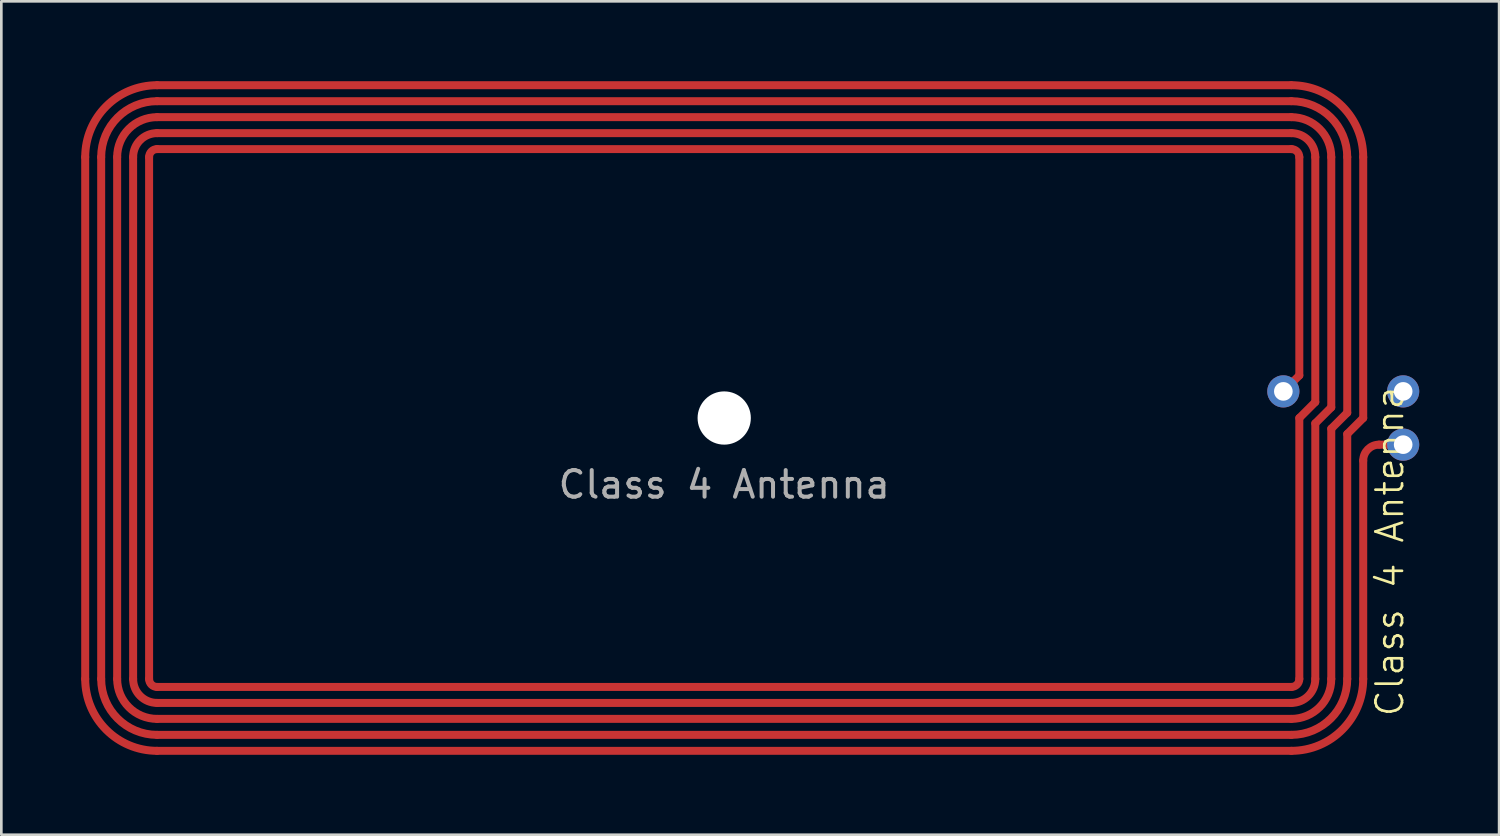
<source format=kicad_pcb>
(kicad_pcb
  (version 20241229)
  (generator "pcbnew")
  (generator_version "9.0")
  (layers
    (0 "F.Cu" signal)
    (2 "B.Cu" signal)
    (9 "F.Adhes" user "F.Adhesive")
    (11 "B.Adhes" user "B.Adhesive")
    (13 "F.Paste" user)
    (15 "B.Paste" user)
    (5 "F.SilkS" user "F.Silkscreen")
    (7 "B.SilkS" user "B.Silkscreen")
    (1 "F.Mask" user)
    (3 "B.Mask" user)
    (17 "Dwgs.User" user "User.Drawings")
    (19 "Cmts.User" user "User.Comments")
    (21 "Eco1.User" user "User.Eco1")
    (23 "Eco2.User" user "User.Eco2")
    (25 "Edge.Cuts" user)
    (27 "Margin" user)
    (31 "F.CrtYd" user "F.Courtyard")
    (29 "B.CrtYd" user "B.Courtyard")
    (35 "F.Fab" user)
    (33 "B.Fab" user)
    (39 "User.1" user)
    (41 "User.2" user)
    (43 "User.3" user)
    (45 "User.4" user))
  (footprint "Class 4 Antenna"
    (layer "F.Cu")
    (at 24.15 12.65)
    (property "Reference" "Class 4 Antenna" (at 25 5 90) (unlocked yes) (layer "F.SilkS") (effects (font (size 1 1) (thickness 0.1))))
    (attr smd)
    (fp_line (start -24 -9.8) (end -24 9.8) (stroke (width 0.3) (type solid)) (layer "F.Cu"))
    (fp_line (start -23.4 -9.8) (end -23.4 9.8) (stroke (width 0.3) (type solid)) (layer "F.Cu"))
    (fp_line (start -22.8 -9.8) (end -22.8 9.8) (stroke (width 0.3) (type solid)) (layer "F.Cu"))
    (fp_line (start -22.2 -9.8) (end -22.2 9.8) (stroke (width 0.3) (type solid)) (layer "F.Cu"))
    (fp_line (start -21.6 -9.8) (end -21.6 9.8) (stroke (width 0.3) (type solid)) (layer "F.Cu"))
    (fp_line (start -21.3 -12.5) (end 21.3 -12.5) (stroke (width 0.3) (type solid)) (layer "F.Cu"))
    (fp_line (start -21.3 -11.9) (end 21.3 -11.9) (stroke (width 0.3) (type solid)) (layer "F.Cu"))
    (fp_line (start -21.3 -11.3) (end 21.3 -11.3) (stroke (width 0.3) (type solid)) (layer "F.Cu"))
    (fp_line (start -21.3 -10.7) (end 21.3 -10.7) (stroke (width 0.3) (type solid)) (layer "F.Cu"))
    (fp_line (start -21.3 -10.1) (end 21.3 -10.1) (stroke (width 0.3) (type solid)) (layer "F.Cu"))
    (fp_line (start -21.3 10.1) (end 21.3 10.1) (stroke (width 0.3) (type solid)) (layer "F.Cu"))
    (fp_line (start -21.3 10.7) (end 21.3 10.7) (stroke (width 0.3) (type solid)) (layer "F.Cu"))
    (fp_line (start -21.3 11.3) (end 21.3 11.3) (stroke (width 0.3) (type solid)) (layer "F.Cu"))
    (fp_line (start -21.3 11.9) (end 21.3 11.9) (stroke (width 0.3) (type solid)) (layer "F.Cu"))
    (fp_line (start -21.3 12.5) (end 21.3 12.5) (stroke (width 0.3) (type solid)) (layer "F.Cu"))
    (fp_line (start 21.6 -9.8) (end 21.6 -1.6) (stroke (width 0.3) (type solid)) (layer "F.Cu"))
    (fp_line (start 21.6 -1.6) (end 21 -1) (stroke (width 0.3) (type solid)) (layer "F.Cu"))
    (fp_line (start 21.6 0) (end 21.6 9.8) (stroke (width 0.3) (type solid)) (layer "F.Cu"))
    (fp_line (start 22.2 -9.8) (end 22.2 -0.6) (stroke (width 0.3) (type solid)) (layer "F.Cu"))
    (fp_line (start 22.2 -0.6) (end 21.6 0) (stroke (width 0.3) (type solid)) (layer "F.Cu"))
    (fp_line (start 22.2 0.2) (end 22.2 9.8) (stroke (width 0.3) (type solid)) (layer "F.Cu"))
    (fp_line (start 22.8 -9.8) (end 22.8 -0.4) (stroke (width 0.3) (type solid)) (layer "F.Cu"))
    (fp_line (start 22.8 -0.4) (end 22.2 0.2) (stroke (width 0.3) (type solid)) (layer "F.Cu"))
    (fp_line (start 22.8 0.4) (end 22.8 9.8) (stroke (width 0.3) (type solid)) (layer "F.Cu"))
    (fp_line (start 23.4 -9.8) (end 23.4 -0.2) (stroke (width 0.3) (type solid)) (layer "F.Cu"))
    (fp_line (start 23.4 -0.2) (end 22.8 0.4) (stroke (width 0.3) (type solid)) (layer "F.Cu"))
    (fp_line (start 23.4 0.6) (end 23.4 9.8) (stroke (width 0.3) (type solid)) (layer "F.Cu"))
    (fp_line (start 24 -9.8) (end 24 0) (stroke (width 0.3) (type solid)) (layer "F.Cu"))
    (fp_line (start 24 0) (end 23.4 0.6) (stroke (width 0.3) (type solid)) (layer "F.Cu"))
    (fp_line (start 24 9.8) (end 24 1.6) (stroke (width 0.3) (type solid)) (layer "F.Cu"))
    (fp_line (start 24.6 1) (end 25.5 1) (stroke (width 0.3) (type solid)) (layer "F.Cu"))
    (fp_arc (start -24 -9.8) (mid -23.209188 -11.709188) (end -21.3 -12.5) (stroke (width 0.3) (type solid)) (layer "F.Cu"))
    (fp_arc (start -23.4 -9.8) (mid -22.784924 -11.284924) (end -21.3 -11.9) (stroke (width 0.3) (type solid)) (layer "F.Cu"))
    (fp_arc (start -22.8 -9.8) (mid -22.36066 -10.86066) (end -21.3 -11.3) (stroke (width 0.3) (type solid)) (layer "F.Cu"))
    (fp_arc (start -22.2 -9.8) (mid -21.936396 -10.436396) (end -21.3 -10.7) (stroke (width 0.3) (type solid)) (layer "F.Cu"))
    (fp_arc (start -21.6 -9.8) (mid -21.512132 -10.012132) (end -21.3 -10.1) (stroke (width 0.3) (type solid)) (layer "F.Cu"))
    (fp_arc (start -21.3 10.1) (mid -21.512132 10.012132) (end -21.6 9.8) (stroke (width 0.3) (type solid)) (layer "F.Cu"))
    (fp_arc (start -21.3 10.7) (mid -21.936396 10.436396) (end -22.2 9.8) (stroke (width 0.3) (type solid)) (layer "F.Cu"))
    (fp_arc (start -21.3 11.3) (mid -22.36066 10.86066) (end -22.8 9.8) (stroke (width 0.3) (type solid)) (layer "F.Cu"))
    (fp_arc (start -21.3 11.9) (mid -22.784924 11.284924) (end -23.4 9.8) (stroke (width 0.3) (type solid)) (layer "F.Cu"))
    (fp_arc (start -21.3 12.5) (mid -23.209188 11.709188) (end -24 9.8) (stroke (width 0.3) (type solid)) (layer "F.Cu"))
    (fp_arc (start 21.3 -12.5) (mid 23.209188 -11.709188) (end 24 -9.8) (stroke (width 0.3) (type solid)) (layer "F.Cu"))
    (fp_arc (start 21.3 -11.9) (mid 22.784924 -11.284924) (end 23.4 -9.8) (stroke (width 0.3) (type solid)) (layer "F.Cu"))
    (fp_arc (start 21.3 -11.3) (mid 22.36066 -10.86066) (end 22.8 -9.8) (stroke (width 0.3) (type solid)) (layer "F.Cu"))
    (fp_arc (start 21.3 -10.7) (mid 21.936396 -10.436396) (end 22.2 -9.8) (stroke (width 0.3) (type solid)) (layer "F.Cu"))
    (fp_arc (start 21.3 -10.1) (mid 21.512132 -10.012132) (end 21.6 -9.8) (stroke (width 0.3) (type solid)) (layer "F.Cu"))
    (fp_arc (start 21.6 9.8) (mid 21.512132 10.012132) (end 21.3 10.1) (stroke (width 0.3) (type solid)) (layer "F.Cu"))
    (fp_arc (start 22.2 9.8) (mid 21.936396 10.436396) (end 21.3 10.7) (stroke (width 0.3) (type solid)) (layer "F.Cu"))
    (fp_arc (start 22.8 9.8) (mid 22.36066 10.86066) (end 21.3 11.3) (stroke (width 0.3) (type solid)) (layer "F.Cu"))
    (fp_arc (start 23.4 9.8) (mid 22.784924 11.284924) (end 21.3 11.9) (stroke (width 0.3) (type solid)) (layer "F.Cu"))
    (fp_arc (start 24 1.6) (mid 24.175736 1.175736) (end 24.6 1) (stroke (width 0.3) (type solid)) (layer "F.Cu"))
    (fp_arc (start 24 9.8) (mid 23.209188 11.709188) (end 21.3 12.5) (stroke (width 0.3) (type solid)) (layer "F.Cu"))
    (fp_line (start -2.54 0) (end 2.54 0) (stroke (width 0.61) (type solid)) (layer "F.Mask"))
    (fp_line (start 0 -2.54) (end 0 2.54) (stroke (width 0.61) (type solid)) (layer "F.Mask"))
    (fp_circle (center 0 0) (end 5.08 0) (stroke (width 0.61) (type solid)) (fill no) (layer "F.Mask"))
    (fp_text user "Class 4 - 50 pF #01" (at -9.82 -6.7 0) (layer "F.Mask") (effects (font (size 1.636 1.636) (thickness 0.142)) (justify left bottom)))
    (fp_text user "w = 0.3mm" (at -19.32 -2.92 0) (layer "F.Mask") (effects (font (size 1.636 1.636) (thickness 0.142)) (justify left bottom)))
    (fp_text user "5 turns" (at 6.68 7.24 0) (layer "F.Mask") (effects (font (size 1.636 1.636) (thickness 0.142)) (justify left bottom)))
    (fp_text user "g = 0.3 mm" (at -19.32 7.16 0) (layer "F.Mask") (effects (font (size 1.636 1.636) (thickness 0.142)) (justify left bottom)))
    (fp_text user "48 x 25 mm" (at 6.68 -3.12 0) (layer "F.Mask") (effects (font (size 1.636 1.636) (thickness 0.142)) (justify left bottom)))
    (fp_text user "${REFERENCE}" (at 0 2.5 0) (unlocked yes) (layer "F.Fab") (effects (font (size 1 1) (thickness 0.15))))
    (pad "" np_thru_hole circle (at 0 0) (size 2 2) (drill 2) (layers "*.Cu" "*.Mask"))
    (pad "1" thru_hole circle (at 25.5 1) (size 1.208 1.208) (drill 0.7) (layers "*.Cu" "*.Mask"))
    (pad "2" thru_hole circle (at 21 -1) (size 1.208 1.208) (drill 0.7) (layers "*.Cu" "*.Mask"))
    (pad "2" thru_hole circle (at 25.5 -1) (size 1.208 1.208) (drill 0.7) (layers "*.Cu" "*.Mask")))
  (gr_rect
    (start -3 -3)
    (end 53.254 28.3)
    (stroke (width 0.1) (type default))
    (fill no)
    (layer "Edge.Cuts")))
</source>
